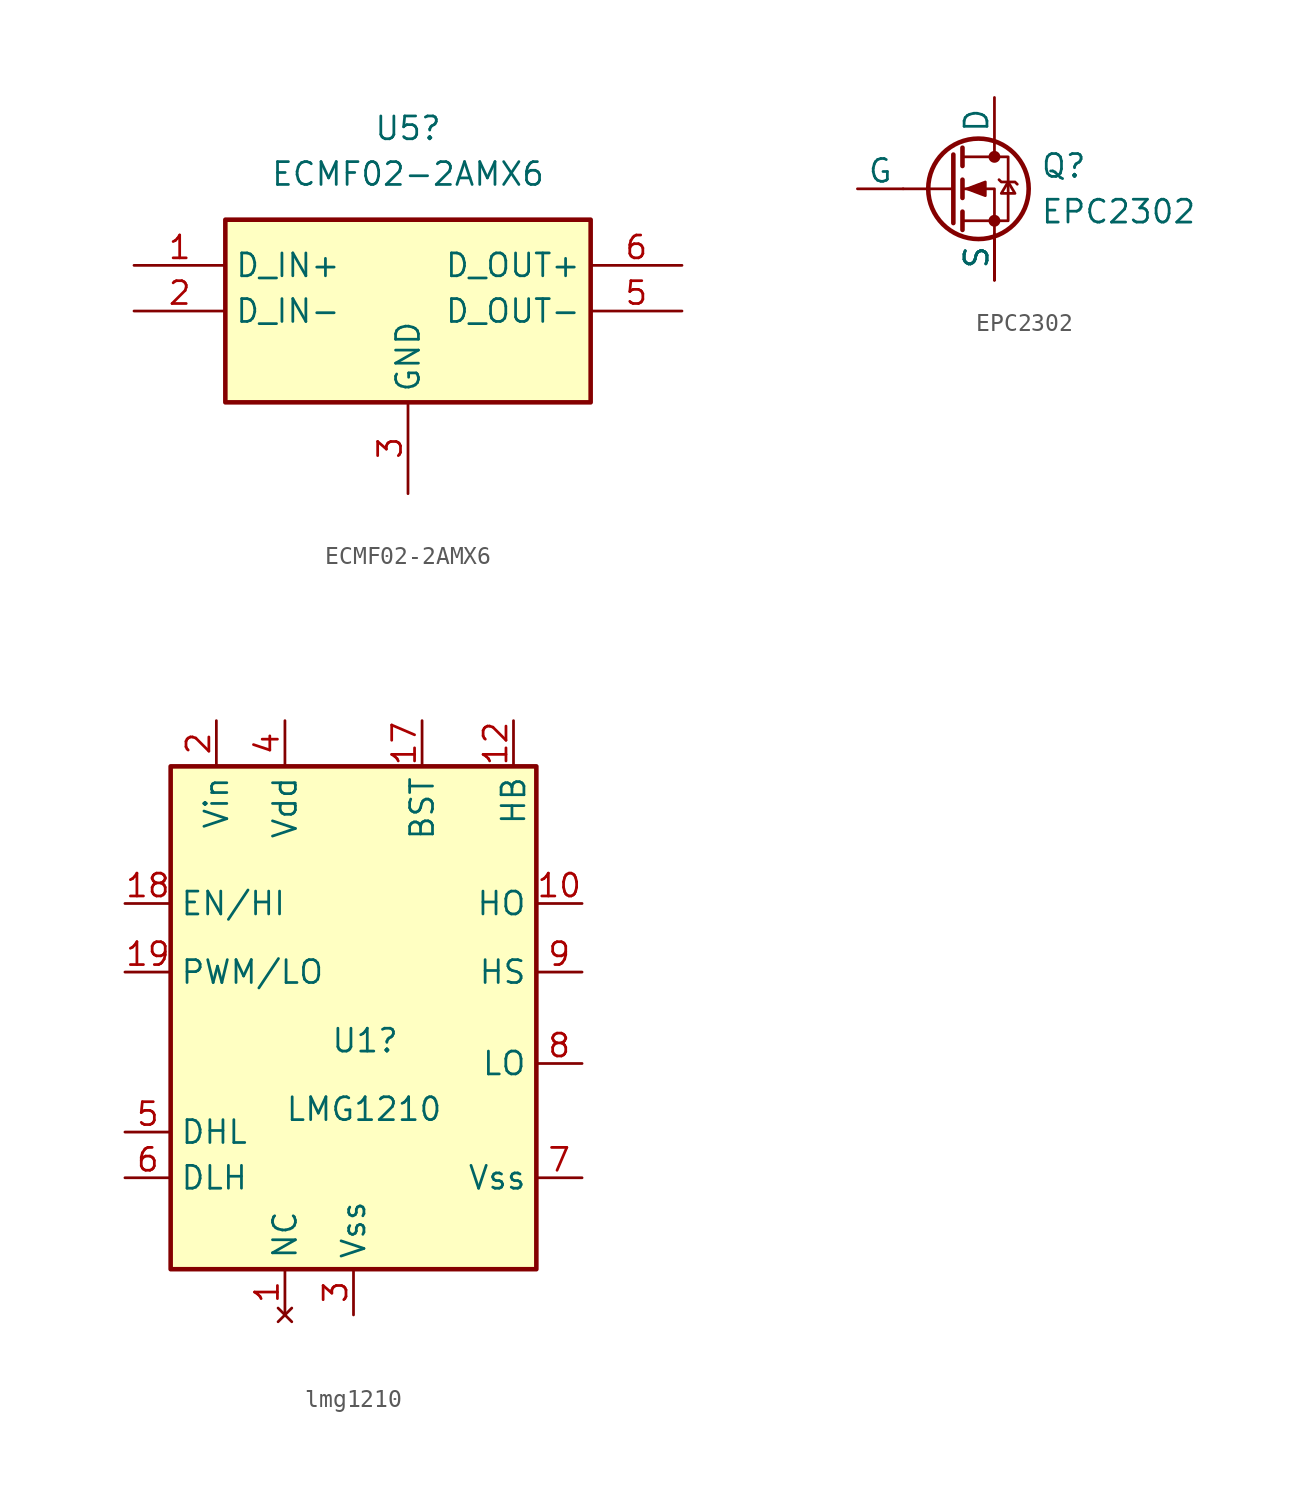
<source format=kicad_sym>
(kicad_symbol_lib
  (version 20231120)
  (generator "kicad_symbol_editor")
  (generator_version "8.0")
  (symbol "ECMF02-2AMX6"
    (property "Reference" "U5"
      (at 0 10.16 0)
      (effects (font (size 1.27 1.27))))
    (property "Value" "ECMF02-2AMX6"
      (at 0 7.62 0)
      (effects (font (size 1.27 1.27))))
    (symbol "ECMF02-2AMX6_0_1"
      (rectangle (start -10.16 5.08) (end 10.16 -5.08) (stroke (width 0.254) (type default)) (fill (type background))))
    (symbol "ECMF02-2AMX6_1_1"
      (pin passive line (at -15.24 2.54 0) (length 5.08) (name "D_IN+" (effects (font (size 1.27 1.27)))) (number "1" (effects (font (size 1.27 1.27)))))
      (pin passive line (at -15.24 0 0) (length 5.08) (name "D_IN-" (effects (font (size 1.27 1.27)))) (number "2" (effects (font (size 1.27 1.27)))))
      (pin power_in line (at 0 -10.16 90) (length 5.08) (name "GND" (effects (font (size 1.27 1.27)))) (number "3" (effects (font (size 1.27 1.27)))))
      (pin no_connect line (at -15.24 -2.54 0) (length 5.08) hide (name "NC" (effects (font (size 1.27 1.27)))) (number "4" (effects (font (size 1.27 1.27)))))
      (pin passive line (at 15.24 0 180) (length 5.08) (name "D_OUT-" (effects (font (size 1.27 1.27)))) (number "5" (effects (font (size 1.27 1.27)))))
      (pin passive line (at 15.24 2.54 180) (length 5.08) (name "D_OUT+" (effects (font (size 1.27 1.27)))) (number "6" (effects (font (size 1.27 1.27)))))))
  (symbol "EPC2302"
    (pin_numbers hide)
    (pin_names
      (offset 0))
    (property "Reference" "Q"
      (at 5.08 1.27 0)
      (effects (font (size 1.27 1.27)) (justify left)))
    (property "Value" "EPC2302"
      (at 5.08 -1.27 0)
      (effects (font (size 1.27 1.27)) (justify left)))
    (symbol "EPC2302_0_1"
      (polyline (pts (xy 0.254 0) (xy -2.54 0)) (stroke (width 0) (type default)) (fill (type none)))
      (polyline (pts (xy 0.254 1.905) (xy 0.254 -1.905)) (stroke (width 0.254) (type default)) (fill (type none)))
      (polyline (pts (xy 0.762 -1.27) (xy 0.762 -2.286)) (stroke (width 0.254) (type default)) (fill (type none)))
      (polyline (pts (xy 0.762 0.508) (xy 0.762 -0.508)) (stroke (width 0.254) (type default)) (fill (type none)))
      (polyline (pts (xy 0.762 2.286) (xy 0.762 1.27)) (stroke (width 0.254) (type default)) (fill (type none)))
      (polyline (pts (xy 2.54 2.54) (xy 2.54 1.778)) (stroke (width 0) (type default)) (fill (type none)))
      (polyline (pts (xy 2.54 -2.54) (xy 2.54 0) (xy 0.762 0)) (stroke (width 0) (type default)) (fill (type none)))
      (polyline (pts (xy 0.762 -1.778) (xy 3.302 -1.778) (xy 3.302 1.778) (xy 0.762 1.778)) (stroke (width 0) (type default)) (fill (type none)))
      (polyline (pts (xy 1.016 0) (xy 2.032 0.381) (xy 2.032 -0.381) (xy 1.016 0)) (stroke (width 0) (type default)) (fill (type outline)))
      (polyline (pts (xy 2.794 0.508) (xy 2.921 0.381) (xy 3.683 0.381) (xy 3.81 0.254)) (stroke (width 0) (type default)) (fill (type none)))
      (polyline (pts (xy 3.302 0.381) (xy 2.921 -0.254) (xy 3.683 -0.254) (xy 3.302 0.381)) (stroke (width 0) (type default)) (fill (type none)))
      (circle (center 1.651 0) (radius 2.794) (stroke (width 0.254) (type default)) (fill (type none)))
      (circle (center 2.54 -1.778) (radius 0.254) (stroke (width 0) (type default)) (fill (type outline)))
      (circle (center 2.54 1.778) (radius 0.254) (stroke (width 0) (type default)) (fill (type outline))))
    (symbol "EPC2302_1_1"
      (pin input line (at -5.08 0 0) (length 2.54) (name "G" (effects (font (size 1.27 1.27)))) (number "1" (effects (font (size 1.27 1.27)))))
      (pin passive line (at 2.54 -5.08 90) (length 2.54) (name "S" (effects (font (size 1.27 1.27)))) (number "2" (effects (font (size 1.27 1.27)))))
      (pin passive line (at 2.54 5.08 270) (length 2.54) (name "D" (effects (font (size 1.27 1.27)))) (number "3" (effects (font (size 1.27 1.27)))))
      (pin passive line (at 2.54 -5.08 90) (length 2.54) (name "S" (effects (font (size 1.27 1.27)))) (number "4" (effects (font (size 1.27 1.27)))))
      (pin passive line (at 2.54 5.08 270) (length 2.54) hide (name "D" (effects (font (size 1.27 1.27)))) (number "5" (effects (font (size 1.27 1.27)))))
      (pin passive line (at 2.54 -5.08 90) (length 2.54) (name "S" (effects (font (size 1.27 1.27)))) (number "6" (effects (font (size 1.27 1.27)))))
      (pin passive line (at 2.54 5.08 270) (length 2.54) hide (name "D" (effects (font (size 1.27 1.27)))) (number "7" (effects (font (size 1.27 1.27)))))))
  (symbol "lmg1210"
    (property "Reference" "U1"
      (at -1.27 -1.27 0)
      (effects (font (size 1.27 1.27)) (justify left)))
    (property "Value" "LMG1210"
      (at -3.81 -5.08 0)
      (effects (font (size 1.27 1.27)) (justify left)))
    (symbol "lmg1210_0_1"
      (rectangle (start -10.16 13.97) (end 10.16 -13.97) (stroke (width 0.254) (type default)) (fill (type background))))
    (symbol "lmg1210_1_1"
      (pin no_connect line (at -3.81 -16.51 90) (length 2.54) (name "NC" (effects (font (size 1.27 1.27)))) (number "1" (effects (font (size 1.27 1.27)))))
      (pin output line (at 12.7 6.35 180) (length 2.54) (name "HO" (effects (font (size 1.27 1.27)))) (number "10" (effects (font (size 1.27 1.27)))))
      (pin input line (at 12.7 2.54 180) (length 2.54) hide (name "HS" (effects (font (size 1.27 1.27)))) (number "11" (effects (font (size 1.27 1.27)))))
      (pin input line (at 8.89 16.51 270) (length 2.54) (name "HB" (effects (font (size 1.27 1.27)))) (number "12" (effects (font (size 1.27 1.27)))))
      (pin input line (at 12.7 2.54 180) (length 2.54) hide (name "HS" (effects (font (size 1.27 1.27)))) (number "13" (effects (font (size 1.27 1.27)))))
      (pin input line (at 12.7 2.54 180) (length 2.54) hide (name "HS" (effects (font (size 1.27 1.27)))) (number "14" (effects (font (size 1.27 1.27)))))
      (pin input line (at 12.7 2.54 180) (length 2.54) hide (name "HS" (effects (font (size 1.27 1.27)))) (number "15" (effects (font (size 1.27 1.27)))))
      (pin input line (at 12.7 2.54 180) (length 2.54) hide (name "HS" (effects (font (size 1.27 1.27)))) (number "16" (effects (font (size 1.27 1.27)))))
      (pin input line (at 3.81 16.51 270) (length 2.54) (name "BST" (effects (font (size 1.27 1.27)))) (number "17" (effects (font (size 1.27 1.27)))))
      (pin input line (at -12.7 6.35 0) (length 2.54) (name "EN/HI" (effects (font (size 1.27 1.27)))) (number "18" (effects (font (size 1.27 1.27)))))
      (pin input line (at -12.7 2.54 0) (length 2.54) (name "PWM/LO" (effects (font (size 1.27 1.27)))) (number "19" (effects (font (size 1.27 1.27)))))
      (pin input line (at -7.62 16.51 270) (length 2.54) (name "Vin" (effects (font (size 1.27 1.27)))) (number "2" (effects (font (size 1.27 1.27)))))
      (pin input line (at 0 -16.51 90) (length 2.54) hide (name "Vss" (effects (font (size 1.27 1.27)))) (number "20" (effects (font (size 1.27 1.27)))))
      (pin input line (at 12.7 2.54 180) (length 2.54) hide (name "HS" (effects (font (size 1.27 1.27)))) (number "21" (effects (font (size 1.27 1.27)))))
      (pin input line (at 0 -16.51 90) (length 2.54) (name "Vss" (effects (font (size 1.27 1.27)))) (number "3" (effects (font (size 1.27 1.27)))))
      (pin input line (at -3.81 16.51 270) (length 2.54) (name "Vdd" (effects (font (size 1.27 1.27)))) (number "4" (effects (font (size 1.27 1.27)))))
      (pin input line (at -12.7 -6.35 0) (length 2.54) (name "DHL" (effects (font (size 1.27 1.27)))) (number "5" (effects (font (size 1.27 1.27)))))
      (pin input line (at -12.7 -8.89 0) (length 2.54) (name "DLH" (effects (font (size 1.27 1.27)))) (number "6" (effects (font (size 1.27 1.27)))))
      (pin input line (at 12.7 -8.89 180) (length 2.54) (name "Vss" (effects (font (size 1.27 1.27)))) (number "7" (effects (font (size 1.27 1.27)))))
      (pin output line (at 12.7 -2.54 180) (length 2.54) (name "LO" (effects (font (size 1.27 1.27)))) (number "8" (effects (font (size 1.27 1.27)))))
      (pin output line (at 12.7 2.54 180) (length 2.54) (name "HS" (effects (font (size 1.27 1.27)))) (number "9" (effects (font (size 1.27 1.27))))))))
</source>
